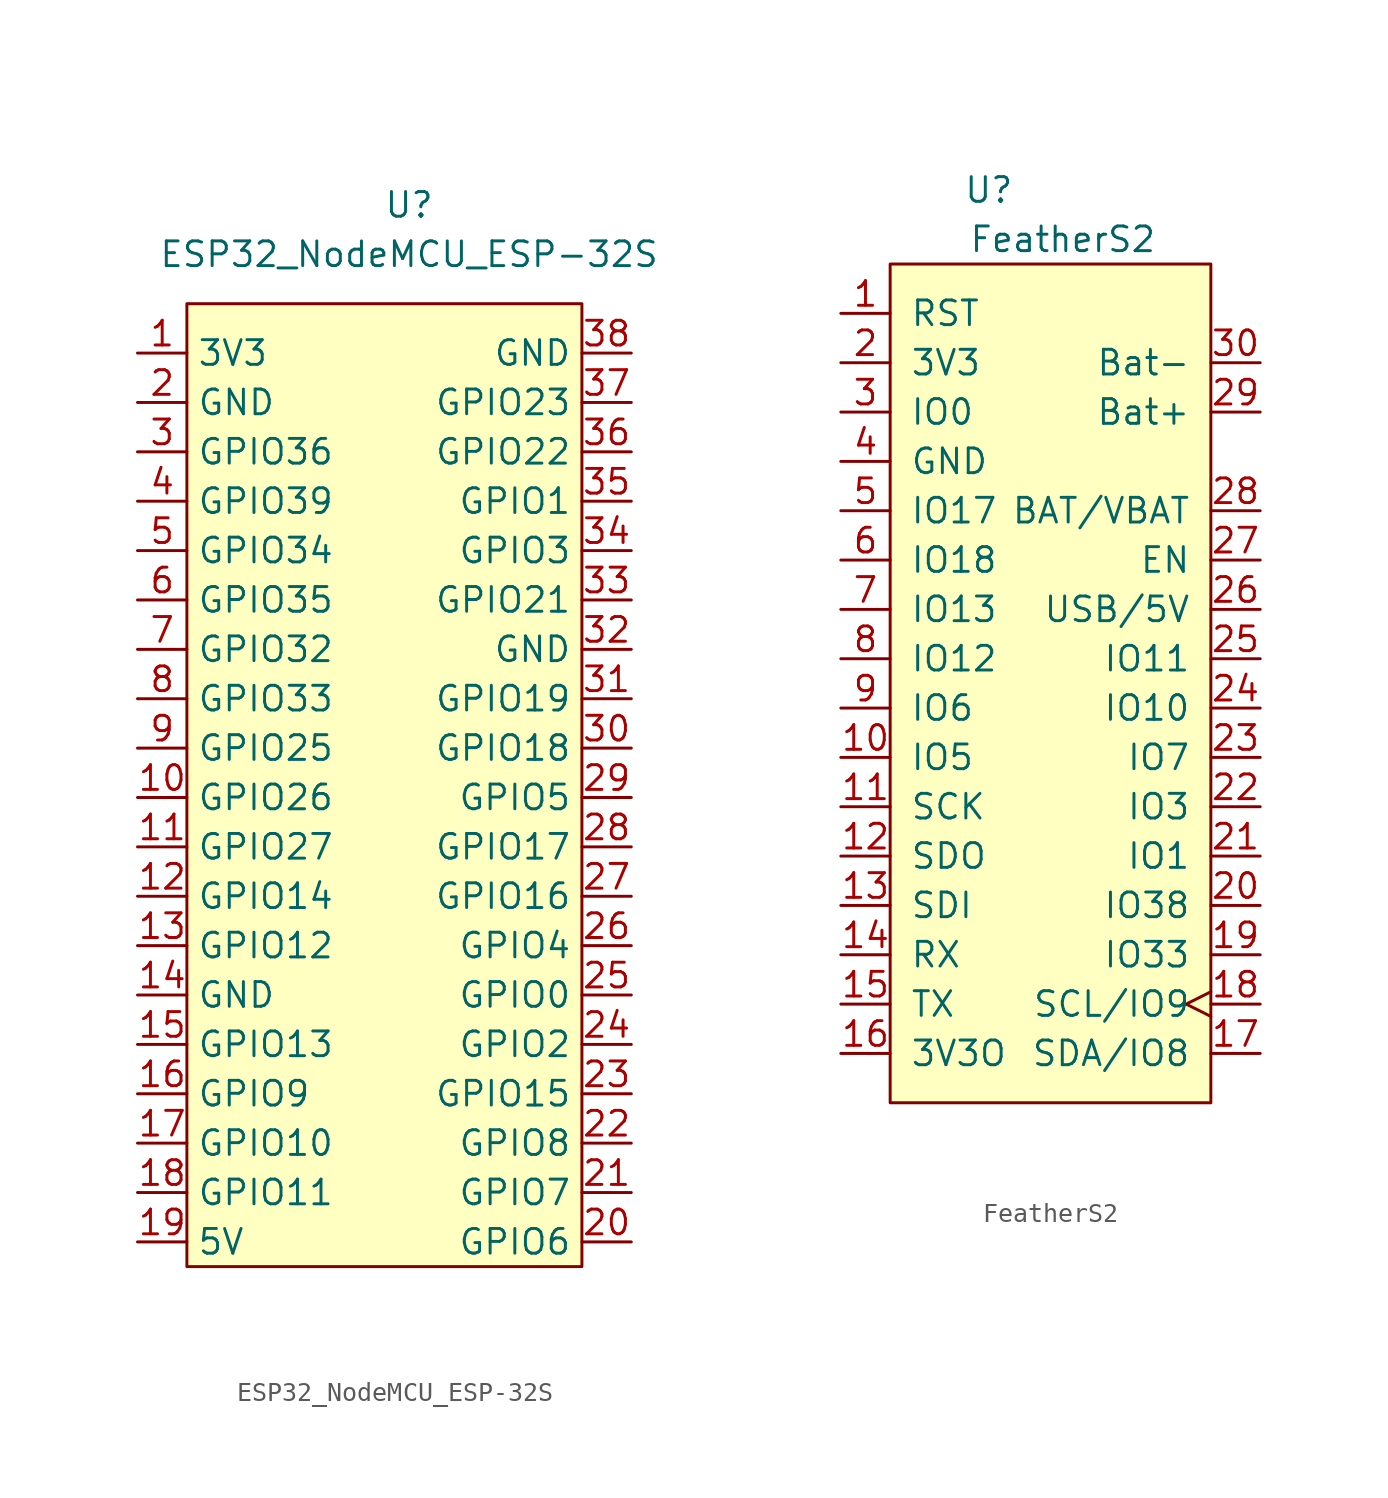
<source format=kicad_sym>
(kicad_symbol_lib
  (version 20211014)
  (generator kicad_symbol_editor)
  (symbol "ESP32_NodeMCU_ESP-32S"
    (property "Reference" "U"
      (at 1.27 29.21 0)
      (effects (font (size 1.27 1.27))))
    (property "Value" "ESP32_NodeMCU_ESP-32S"
      (at 1.27 26.67 0)
      (effects (font (size 1.27 1.27))))
    (symbol "ESP32_NodeMCU_ESP-32S_0_0"
      (pin power_out line (at -12.7 21.59 0) (length 2.54) (name "3V3" (effects (font (size 1.27 1.27)))) (number "1" (effects (font (size 1.27 1.27)))))
      (pin bidirectional line (at -12.7 -1.27 0) (length 2.54) (name "GPIO26" (effects (font (size 1.27 1.27)))) (number "10" (effects (font (size 1.27 1.27)))))
      (pin bidirectional line (at -12.7 -3.81 0) (length 2.54) (name "GPIO27" (effects (font (size 1.27 1.27)))) (number "11" (effects (font (size 1.27 1.27)))))
      (pin bidirectional line (at -12.7 -6.35 0) (length 2.54) (name "GPIO14" (effects (font (size 1.27 1.27)))) (number "12" (effects (font (size 1.27 1.27)))))
      (pin bidirectional line (at -12.7 -8.89 0) (length 2.54) (name "GPIO12" (effects (font (size 1.27 1.27)))) (number "13" (effects (font (size 1.27 1.27)))))
      (pin power_in line (at -12.7 -11.43 0) (length 2.54) (name "GND" (effects (font (size 1.27 1.27)))) (number "14" (effects (font (size 1.27 1.27)))))
      (pin bidirectional line (at -12.7 -13.97 0) (length 2.54) (name "GPIO13" (effects (font (size 1.27 1.27)))) (number "15" (effects (font (size 1.27 1.27)))))
      (pin bidirectional line (at -12.7 -16.51 0) (length 2.54) (name "GPIO9" (effects (font (size 1.27 1.27)))) (number "16" (effects (font (size 1.27 1.27)))))
      (pin bidirectional line (at -12.7 -19.05 0) (length 2.54) (name "GPIO10" (effects (font (size 1.27 1.27)))) (number "17" (effects (font (size 1.27 1.27)))))
      (pin bidirectional line (at -12.7 -21.59 0) (length 2.54) (name "GPIO11" (effects (font (size 1.27 1.27)))) (number "18" (effects (font (size 1.27 1.27)))))
      (pin power_in line (at -12.7 -24.13 0) (length 2.54) (name "5V" (effects (font (size 1.27 1.27)))) (number "19" (effects (font (size 1.27 1.27)))))
      (pin power_in line (at -12.7 19.05 0) (length 2.54) (name "GND" (effects (font (size 1.27 1.27)))) (number "2" (effects (font (size 1.27 1.27)))))
      (pin bidirectional line (at 12.7 -24.13 180) (length 2.54) (name "GPIO6" (effects (font (size 1.27 1.27)))) (number "20" (effects (font (size 1.27 1.27)))))
      (pin bidirectional line (at 12.7 -21.59 180) (length 2.54) (name "GPIO7" (effects (font (size 1.27 1.27)))) (number "21" (effects (font (size 1.27 1.27)))))
      (pin bidirectional line (at 12.7 -19.05 180) (length 2.54) (name "GPIO8" (effects (font (size 1.27 1.27)))) (number "22" (effects (font (size 1.27 1.27)))))
      (pin bidirectional line (at 12.7 -16.51 180) (length 2.54) (name "GPIO15" (effects (font (size 1.27 1.27)))) (number "23" (effects (font (size 1.27 1.27)))))
      (pin power_out line (at 12.7 -13.97 180) (length 2.54) (name "GPIO2" (effects (font (size 1.27 1.27)))) (number "24" (effects (font (size 1.27 1.27)))))
      (pin bidirectional line (at 12.7 -11.43 180) (length 2.54) (name "GPIO0" (effects (font (size 1.27 1.27)))) (number "25" (effects (font (size 1.27 1.27)))))
      (pin bidirectional line (at 12.7 -8.89 180) (length 2.54) (name "GPIO4" (effects (font (size 1.27 1.27)))) (number "26" (effects (font (size 1.27 1.27)))))
      (pin bidirectional line (at 12.7 -6.35 180) (length 2.54) (name "GPIO16" (effects (font (size 1.27 1.27)))) (number "27" (effects (font (size 1.27 1.27)))))
      (pin bidirectional line (at 12.7 -3.81 180) (length 2.54) (name "GPIO17" (effects (font (size 1.27 1.27)))) (number "28" (effects (font (size 1.27 1.27)))))
      (pin bidirectional line (at 12.7 -1.27 180) (length 2.54) (name "GPIO5" (effects (font (size 1.27 1.27)))) (number "29" (effects (font (size 1.27 1.27)))))
      (pin bidirectional line (at -12.7 16.51 0) (length 2.54) (name "GPIO36" (effects (font (size 1.27 1.27)))) (number "3" (effects (font (size 1.27 1.27)))))
      (pin bidirectional line (at 12.7 1.27 180) (length 2.54) (name "GPIO18" (effects (font (size 1.27 1.27)))) (number "30" (effects (font (size 1.27 1.27)))))
      (pin bidirectional line (at 12.7 3.81 180) (length 2.54) (name "GPIO19" (effects (font (size 1.27 1.27)))) (number "31" (effects (font (size 1.27 1.27)))))
      (pin power_in line (at 12.7 6.35 180) (length 2.54) (name "GND" (effects (font (size 1.27 1.27)))) (number "32" (effects (font (size 1.27 1.27)))))
      (pin bidirectional line (at 12.7 8.89 180) (length 2.54) (name "GPIO21" (effects (font (size 1.27 1.27)))) (number "33" (effects (font (size 1.27 1.27)))))
      (pin bidirectional line (at 12.7 11.43 180) (length 2.54) (name "GPIO3" (effects (font (size 1.27 1.27)))) (number "34" (effects (font (size 1.27 1.27)))))
      (pin bidirectional line (at 12.7 13.97 180) (length 2.54) (name "GPIO1" (effects (font (size 1.27 1.27)))) (number "35" (effects (font (size 1.27 1.27)))))
      (pin bidirectional line (at 12.7 16.51 180) (length 2.54) (name "GPIO22" (effects (font (size 1.27 1.27)))) (number "36" (effects (font (size 1.27 1.27)))))
      (pin bidirectional line (at 12.7 19.05 180) (length 2.54) (name "GPIO23" (effects (font (size 1.27 1.27)))) (number "37" (effects (font (size 1.27 1.27)))))
      (pin power_in line (at 12.7 21.59 180) (length 2.54) (name "GND" (effects (font (size 1.27 1.27)))) (number "38" (effects (font (size 1.27 1.27)))))
      (pin bidirectional line (at -12.7 13.97 0) (length 2.54) (name "GPIO39" (effects (font (size 1.27 1.27)))) (number "4" (effects (font (size 1.27 1.27)))))
      (pin input line (at -12.7 11.43 0) (length 2.54) (name "GPIO34" (effects (font (size 1.27 1.27)))) (number "5" (effects (font (size 1.27 1.27)))))
      (pin input line (at -12.7 8.89 0) (length 2.54) (name "GPIO35" (effects (font (size 1.27 1.27)))) (number "6" (effects (font (size 1.27 1.27)))))
      (pin bidirectional line (at -12.7 6.35 0) (length 2.54) (name "GPIO32" (effects (font (size 1.27 1.27)))) (number "7" (effects (font (size 1.27 1.27)))))
      (pin bidirectional line (at -12.7 3.81 0) (length 2.54) (name "GPIO33" (effects (font (size 1.27 1.27)))) (number "8" (effects (font (size 1.27 1.27)))))
      (pin bidirectional line (at -12.7 1.27 0) (length 2.54) (name "GPIO25" (effects (font (size 1.27 1.27)))) (number "9" (effects (font (size 1.27 1.27))))))
    (symbol "ESP32_NodeMCU_ESP-32S_0_1"
      (rectangle (start -10.16 24.13) (end 10.16 -25.4) (stroke (width 0) (type default) (color 0 0 0 0)) (fill (type background)))))
  (symbol "FeatherS2"
    (pin_names
      (offset 1.016))
    (property "Reference" "U"
      (at -3.81 24.13 0)
      (effects (font (size 1.27 1.27))))
    (property "Value" "FeatherS2"
      (at 0 21.59 0)
      (effects (font (size 1.27 1.27))))
    (symbol "FeatherS2_0_1"
      (rectangle (start -8.89 20.32) (end 7.62 -22.86) (stroke (width 0) (type default) (color 0 0 0 0)) (fill (type background))))
    (symbol "FeatherS2_1_1"
      (pin input line (at -11.43 17.78 0) (length 2.54) (name "RST" (effects (font (size 1.27 1.27)))) (number "1" (effects (font (size 1.27 1.27)))))
      (pin bidirectional line (at -11.43 -5.08 0) (length 2.54) (name "IO5" (effects (font (size 1.27 1.27)))) (number "10" (effects (font (size 1.27 1.27)))))
      (pin bidirectional line (at -11.43 -7.62 0) (length 2.54) (name "SCK" (effects (font (size 1.27 1.27)))) (number "11" (effects (font (size 1.27 1.27)))))
      (pin bidirectional line (at -11.43 -10.16 0) (length 2.54) (name "SDO" (effects (font (size 1.27 1.27)))) (number "12" (effects (font (size 1.27 1.27)))))
      (pin input line (at -11.43 -12.7 0) (length 2.54) (name "SDI" (effects (font (size 1.27 1.27)))) (number "13" (effects (font (size 1.27 1.27)))))
      (pin input line (at -11.43 -15.24 0) (length 2.54) (name "RX" (effects (font (size 1.27 1.27)))) (number "14" (effects (font (size 1.27 1.27)))))
      (pin output line (at -11.43 -17.78 0) (length 2.54) (name "TX" (effects (font (size 1.27 1.27)))) (number "15" (effects (font (size 1.27 1.27)))))
      (pin power_out line (at -11.43 -20.32 0) (length 2.54) (name "3V3O" (effects (font (size 1.27 1.27)))) (number "16" (effects (font (size 1.27 1.27)))))
      (pin bidirectional line (at 10.16 -20.32 180) (length 2.54) (name "SDA/IO8" (effects (font (size 1.27 1.27)))) (number "17" (effects (font (size 1.27 1.27)))))
      (pin bidirectional clock (at 10.16 -17.78 180) (length 2.54) (name "SCL/IO9" (effects (font (size 1.27 1.27)))) (number "18" (effects (font (size 1.27 1.27)))))
      (pin bidirectional line (at 10.16 -15.24 180) (length 2.54) (name "IO33" (effects (font (size 1.27 1.27)))) (number "19" (effects (font (size 1.27 1.27)))))
      (pin power_out line (at -11.43 15.24 0) (length 2.54) (name "3V3" (effects (font (size 1.27 1.27)))) (number "2" (effects (font (size 1.27 1.27)))))
      (pin bidirectional line (at 10.16 -12.7 180) (length 2.54) (name "IO38" (effects (font (size 1.27 1.27)))) (number "20" (effects (font (size 1.27 1.27)))))
      (pin bidirectional line (at 10.16 -10.16 180) (length 2.54) (name "IO1" (effects (font (size 1.27 1.27)))) (number "21" (effects (font (size 1.27 1.27)))))
      (pin bidirectional line (at 10.16 -7.62 180) (length 2.54) (name "IO3" (effects (font (size 1.27 1.27)))) (number "22" (effects (font (size 1.27 1.27)))))
      (pin bidirectional line (at 10.16 -5.08 180) (length 2.54) (name "IO7" (effects (font (size 1.27 1.27)))) (number "23" (effects (font (size 1.27 1.27)))))
      (pin bidirectional line (at 10.16 -2.54 180) (length 2.54) (name "IO10" (effects (font (size 1.27 1.27)))) (number "24" (effects (font (size 1.27 1.27)))))
      (pin bidirectional line (at 10.16 0 180) (length 2.54) (name "IO11" (effects (font (size 1.27 1.27)))) (number "25" (effects (font (size 1.27 1.27)))))
      (pin power_out line (at 10.16 2.54 180) (length 2.54) (name "USB/5V" (effects (font (size 1.27 1.27)))) (number "26" (effects (font (size 1.27 1.27)))))
      (pin bidirectional line (at 10.16 5.08 180) (length 2.54) (name "EN" (effects (font (size 1.27 1.27)))) (number "27" (effects (font (size 1.27 1.27)))))
      (pin bidirectional line (at 10.16 7.62 180) (length 2.54) (name "BAT/VBAT" (effects (font (size 1.27 1.27)))) (number "28" (effects (font (size 1.27 1.27)))))
      (pin power_in line (at 10.16 12.7 180) (length 2.54) (name "Bat+" (effects (font (size 1.27 1.27)))) (number "29" (effects (font (size 1.27 1.27)))))
      (pin bidirectional line (at -11.43 12.7 0) (length 2.54) (name "IO0" (effects (font (size 1.27 1.27)))) (number "3" (effects (font (size 1.27 1.27)))))
      (pin power_in line (at 10.16 15.24 180) (length 2.54) (name "Bat-" (effects (font (size 1.27 1.27)))) (number "30" (effects (font (size 1.27 1.27)))))
      (pin power_out line (at -11.43 10.16 0) (length 2.54) (name "GND" (effects (font (size 1.27 1.27)))) (number "4" (effects (font (size 1.27 1.27)))))
      (pin bidirectional line (at -11.43 7.62 0) (length 2.54) (name "IO17" (effects (font (size 1.27 1.27)))) (number "5" (effects (font (size 1.27 1.27)))))
      (pin bidirectional line (at -11.43 5.08 0) (length 2.54) (name "IO18" (effects (font (size 1.27 1.27)))) (number "6" (effects (font (size 1.27 1.27)))))
      (pin bidirectional line (at -11.43 2.54 0) (length 2.54) (name "IO13" (effects (font (size 1.27 1.27)))) (number "7" (effects (font (size 1.27 1.27)))))
      (pin bidirectional line (at -11.43 0 0) (length 2.54) (name "IO12" (effects (font (size 1.27 1.27)))) (number "8" (effects (font (size 1.27 1.27)))))
      (pin bidirectional line (at -11.43 -2.54 0) (length 2.54) (name "IO6" (effects (font (size 1.27 1.27)))) (number "9" (effects (font (size 1.27 1.27))))))))
</source>
